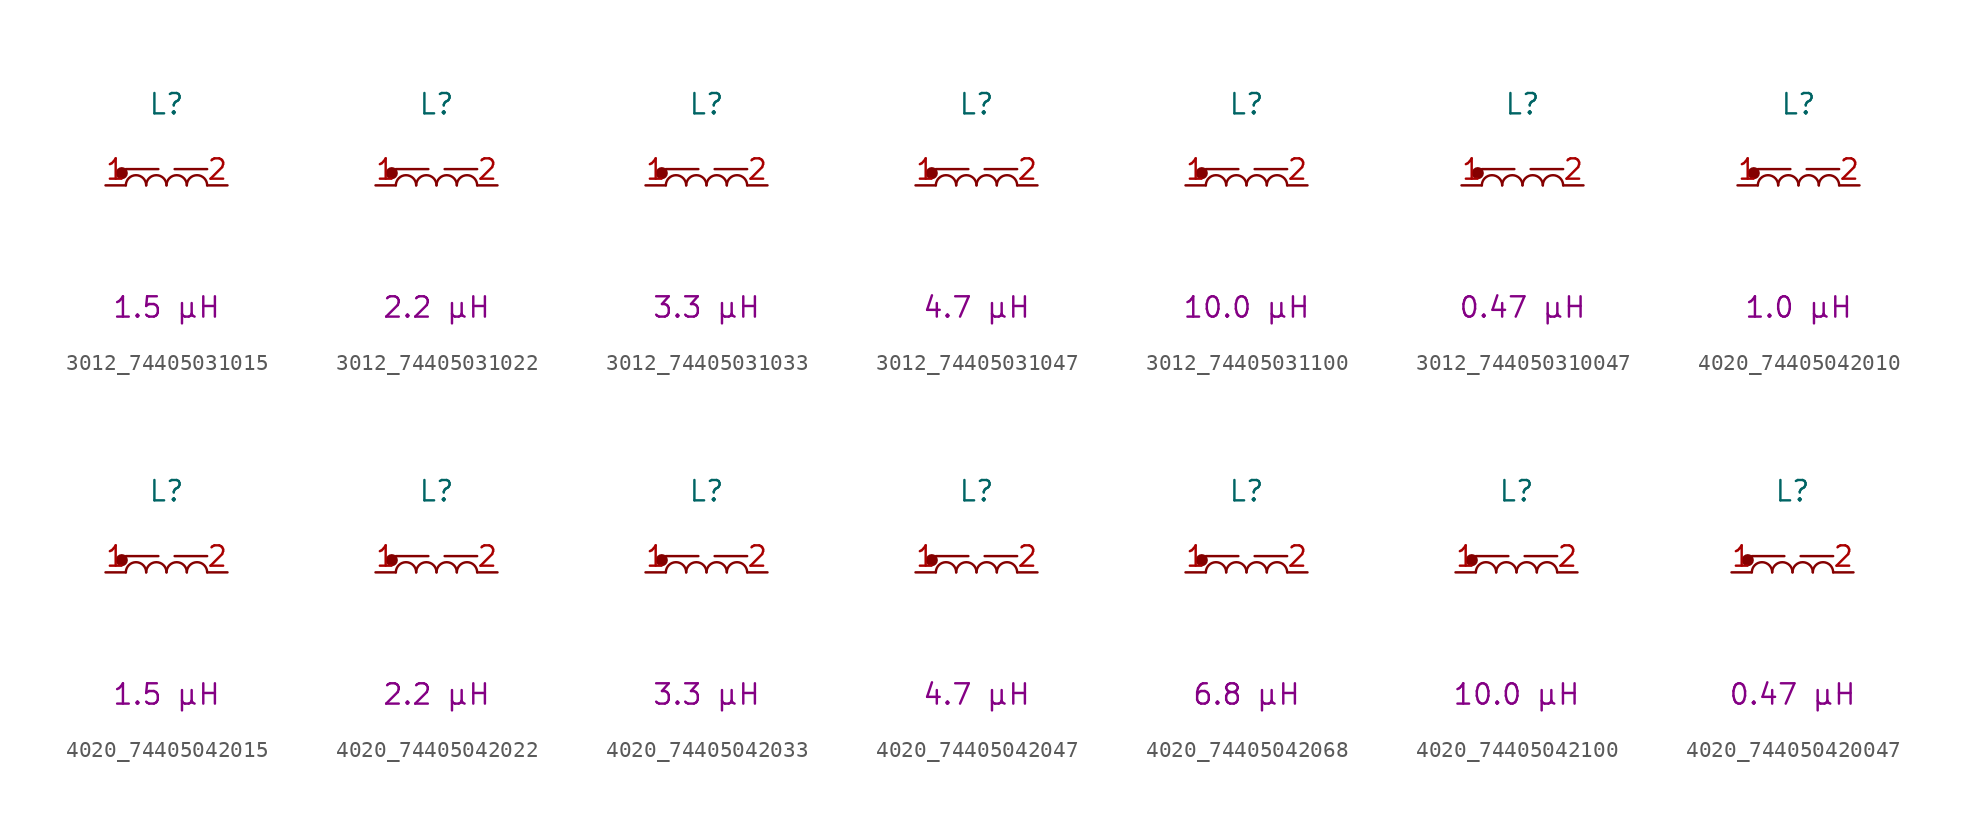
<source format=kicad_sym>
(kicad_symbol_lib
  (version 20220914)
  (generator kicad_symbol_editor)
  (symbol "3012_74405031015"
    (pin_names hide)
    (property "Reference" "L"
      (at 0 5.08 0)
      (effects (font (size 1.27 1.27))))
    (property "Critical Parameter" "1.5 µH"
      (at 0 -7.62 0)
      (effects (font (size 1.27 1.27))))
    (symbol "3012_74405031015_0_1"
      (arc (start -1.27 0) (mid -1.905 0.6323) (end -2.54 0) (stroke (width 0) (type default)) (fill (type none)))
      (arc (start 0 0) (mid -0.635 0.6323) (end -1.27 0) (stroke (width 0) (type default)) (fill (type none)))
      (polyline (pts (xy -2.54 1.016) (xy -0.508 1.016)) (stroke (width 0) (type default)) (fill (type none)))
      (arc (start 1.27 0) (mid 0.635 0.6323) (end 0 0) (stroke (width 0) (type default)) (fill (type none)))
      (arc (start 2.54 0) (mid 1.905 0.6323) (end 1.27 0) (stroke (width 0) (type default)) (fill (type none))))
    (symbol "3012_74405031015_1_1"
      (circle (center -2.794 0.762) (radius 0.0001) (stroke (width 0.381) (type default)) (fill (type none)))
      (polyline (pts (xy 2.54 1.016) (xy 0.508 1.016)) (stroke (width 0) (type default)) (fill (type none)))
      (pin passive line (at -3.81 0 0) (length 1.27) (name "1" (effects (font (size 1.27 1.27)))) (number "1" (effects (font (size 1.27 1.27)))))
      (pin passive line (at 3.81 0 180) (length 1.27) (name "2" (effects (font (size 1.27 1.27)))) (number "2" (effects (font (size 1.27 1.27)))))))
  (symbol "3012_74405031022"
    (pin_names hide)
    (property "Reference" "L"
      (at 0 5.08 0)
      (effects (font (size 1.27 1.27))))
    (property "Critical Parameter" "2.2 µH"
      (at 0 -7.62 0)
      (effects (font (size 1.27 1.27))))
    (symbol "3012_74405031022_0_1"
      (arc (start -1.27 0) (mid -1.905 0.6323) (end -2.54 0) (stroke (width 0) (type default)) (fill (type none)))
      (arc (start 0 0) (mid -0.635 0.6323) (end -1.27 0) (stroke (width 0) (type default)) (fill (type none)))
      (polyline (pts (xy -2.54 1.016) (xy -0.508 1.016)) (stroke (width 0) (type default)) (fill (type none)))
      (arc (start 1.27 0) (mid 0.635 0.6323) (end 0 0) (stroke (width 0) (type default)) (fill (type none)))
      (arc (start 2.54 0) (mid 1.905 0.6323) (end 1.27 0) (stroke (width 0) (type default)) (fill (type none))))
    (symbol "3012_74405031022_1_1"
      (circle (center -2.794 0.762) (radius 0.0001) (stroke (width 0.381) (type default)) (fill (type none)))
      (polyline (pts (xy 2.54 1.016) (xy 0.508 1.016)) (stroke (width 0) (type default)) (fill (type none)))
      (pin passive line (at -3.81 0 0) (length 1.27) (name "1" (effects (font (size 1.27 1.27)))) (number "1" (effects (font (size 1.27 1.27)))))
      (pin passive line (at 3.81 0 180) (length 1.27) (name "2" (effects (font (size 1.27 1.27)))) (number "2" (effects (font (size 1.27 1.27)))))))
  (symbol "3012_74405031033"
    (pin_names hide)
    (property "Reference" "L"
      (at 0 5.08 0)
      (effects (font (size 1.27 1.27))))
    (property "Critical Parameter" "3.3 µH"
      (at 0 -7.62 0)
      (effects (font (size 1.27 1.27))))
    (symbol "3012_74405031033_0_1"
      (arc (start -1.27 0) (mid -1.905 0.6323) (end -2.54 0) (stroke (width 0) (type default)) (fill (type none)))
      (arc (start 0 0) (mid -0.635 0.6323) (end -1.27 0) (stroke (width 0) (type default)) (fill (type none)))
      (polyline (pts (xy -2.54 1.016) (xy -0.508 1.016)) (stroke (width 0) (type default)) (fill (type none)))
      (arc (start 1.27 0) (mid 0.635 0.6323) (end 0 0) (stroke (width 0) (type default)) (fill (type none)))
      (arc (start 2.54 0) (mid 1.905 0.6323) (end 1.27 0) (stroke (width 0) (type default)) (fill (type none))))
    (symbol "3012_74405031033_1_1"
      (circle (center -2.794 0.762) (radius 0.0001) (stroke (width 0.381) (type default)) (fill (type none)))
      (polyline (pts (xy 2.54 1.016) (xy 0.508 1.016)) (stroke (width 0) (type default)) (fill (type none)))
      (pin passive line (at -3.81 0 0) (length 1.27) (name "1" (effects (font (size 1.27 1.27)))) (number "1" (effects (font (size 1.27 1.27)))))
      (pin passive line (at 3.81 0 180) (length 1.27) (name "2" (effects (font (size 1.27 1.27)))) (number "2" (effects (font (size 1.27 1.27)))))))
  (symbol "3012_74405031047"
    (pin_names hide)
    (property "Reference" "L"
      (at 0 5.08 0)
      (effects (font (size 1.27 1.27))))
    (property "Critical Parameter" "4.7 µH"
      (at 0 -7.62 0)
      (effects (font (size 1.27 1.27))))
    (symbol "3012_74405031047_0_1"
      (arc (start -1.27 0) (mid -1.905 0.6323) (end -2.54 0) (stroke (width 0) (type default)) (fill (type none)))
      (arc (start 0 0) (mid -0.635 0.6323) (end -1.27 0) (stroke (width 0) (type default)) (fill (type none)))
      (polyline (pts (xy -2.54 1.016) (xy -0.508 1.016)) (stroke (width 0) (type default)) (fill (type none)))
      (arc (start 1.27 0) (mid 0.635 0.6323) (end 0 0) (stroke (width 0) (type default)) (fill (type none)))
      (arc (start 2.54 0) (mid 1.905 0.6323) (end 1.27 0) (stroke (width 0) (type default)) (fill (type none))))
    (symbol "3012_74405031047_1_1"
      (circle (center -2.794 0.762) (radius 0.0001) (stroke (width 0.381) (type default)) (fill (type none)))
      (polyline (pts (xy 2.54 1.016) (xy 0.508 1.016)) (stroke (width 0) (type default)) (fill (type none)))
      (pin passive line (at -3.81 0 0) (length 1.27) (name "1" (effects (font (size 1.27 1.27)))) (number "1" (effects (font (size 1.27 1.27)))))
      (pin passive line (at 3.81 0 180) (length 1.27) (name "2" (effects (font (size 1.27 1.27)))) (number "2" (effects (font (size 1.27 1.27)))))))
  (symbol "3012_74405031100"
    (pin_names hide)
    (property "Reference" "L"
      (at 0 5.08 0)
      (effects (font (size 1.27 1.27))))
    (property "Critical Parameter" "10.0 µH"
      (at 0 -7.62 0)
      (effects (font (size 1.27 1.27))))
    (symbol "3012_74405031100_0_1"
      (arc (start -1.27 0) (mid -1.905 0.6323) (end -2.54 0) (stroke (width 0) (type default)) (fill (type none)))
      (arc (start 0 0) (mid -0.635 0.6323) (end -1.27 0) (stroke (width 0) (type default)) (fill (type none)))
      (polyline (pts (xy -2.54 1.016) (xy -0.508 1.016)) (stroke (width 0) (type default)) (fill (type none)))
      (arc (start 1.27 0) (mid 0.635 0.6323) (end 0 0) (stroke (width 0) (type default)) (fill (type none)))
      (arc (start 2.54 0) (mid 1.905 0.6323) (end 1.27 0) (stroke (width 0) (type default)) (fill (type none))))
    (symbol "3012_74405031100_1_1"
      (circle (center -2.794 0.762) (radius 0.0001) (stroke (width 0.381) (type default)) (fill (type none)))
      (polyline (pts (xy 2.54 1.016) (xy 0.508 1.016)) (stroke (width 0) (type default)) (fill (type none)))
      (pin passive line (at -3.81 0 0) (length 1.27) (name "1" (effects (font (size 1.27 1.27)))) (number "1" (effects (font (size 1.27 1.27)))))
      (pin passive line (at 3.81 0 180) (length 1.27) (name "2" (effects (font (size 1.27 1.27)))) (number "2" (effects (font (size 1.27 1.27)))))))
  (symbol "3012_744050310047"
    (pin_names hide)
    (property "Reference" "L"
      (at 0 5.08 0)
      (effects (font (size 1.27 1.27))))
    (property "Critical Parameter" "0.47 µH"
      (at 0 -7.62 0)
      (effects (font (size 1.27 1.27))))
    (symbol "3012_744050310047_0_1"
      (arc (start -1.27 0) (mid -1.905 0.6323) (end -2.54 0) (stroke (width 0) (type default)) (fill (type none)))
      (arc (start 0 0) (mid -0.635 0.6323) (end -1.27 0) (stroke (width 0) (type default)) (fill (type none)))
      (polyline (pts (xy -2.54 1.016) (xy -0.508 1.016)) (stroke (width 0) (type default)) (fill (type none)))
      (arc (start 1.27 0) (mid 0.635 0.6323) (end 0 0) (stroke (width 0) (type default)) (fill (type none)))
      (arc (start 2.54 0) (mid 1.905 0.6323) (end 1.27 0) (stroke (width 0) (type default)) (fill (type none))))
    (symbol "3012_744050310047_1_1"
      (circle (center -2.794 0.762) (radius 0.0001) (stroke (width 0.381) (type default)) (fill (type none)))
      (polyline (pts (xy 2.54 1.016) (xy 0.508 1.016)) (stroke (width 0) (type default)) (fill (type none)))
      (pin passive line (at -3.81 0 0) (length 1.27) (name "1" (effects (font (size 1.27 1.27)))) (number "1" (effects (font (size 1.27 1.27)))))
      (pin passive line (at 3.81 0 180) (length 1.27) (name "2" (effects (font (size 1.27 1.27)))) (number "2" (effects (font (size 1.27 1.27)))))))
  (symbol "4020_74405042010"
    (pin_names hide)
    (property "Reference" "L"
      (at 0 5.08 0)
      (effects (font (size 1.27 1.27))))
    (property "Critical Parameter" "1.0 µH"
      (at 0 -7.62 0)
      (effects (font (size 1.27 1.27))))
    (symbol "4020_74405042010_0_1"
      (arc (start -1.27 0) (mid -1.905 0.6323) (end -2.54 0) (stroke (width 0) (type default)) (fill (type none)))
      (arc (start 0 0) (mid -0.635 0.6323) (end -1.27 0) (stroke (width 0) (type default)) (fill (type none)))
      (polyline (pts (xy -2.54 1.016) (xy -0.508 1.016)) (stroke (width 0) (type default)) (fill (type none)))
      (arc (start 1.27 0) (mid 0.635 0.6323) (end 0 0) (stroke (width 0) (type default)) (fill (type none)))
      (arc (start 2.54 0) (mid 1.905 0.6323) (end 1.27 0) (stroke (width 0) (type default)) (fill (type none))))
    (symbol "4020_74405042010_1_1"
      (circle (center -2.794 0.762) (radius 0.0001) (stroke (width 0.381) (type default)) (fill (type none)))
      (polyline (pts (xy 2.54 1.016) (xy 0.508 1.016)) (stroke (width 0) (type default)) (fill (type none)))
      (pin passive line (at -3.81 0 0) (length 1.27) (name "1" (effects (font (size 1.27 1.27)))) (number "1" (effects (font (size 1.27 1.27)))))
      (pin passive line (at 3.81 0 180) (length 1.27) (name "2" (effects (font (size 1.27 1.27)))) (number "2" (effects (font (size 1.27 1.27)))))))
  (symbol "4020_74405042015"
    (pin_names hide)
    (property "Reference" "L"
      (at 0 5.08 0)
      (effects (font (size 1.27 1.27))))
    (property "Critical Parameter" "1.5 µH"
      (at 0 -7.62 0)
      (effects (font (size 1.27 1.27))))
    (symbol "4020_74405042015_0_1"
      (arc (start -1.27 0) (mid -1.905 0.6323) (end -2.54 0) (stroke (width 0) (type default)) (fill (type none)))
      (arc (start 0 0) (mid -0.635 0.6323) (end -1.27 0) (stroke (width 0) (type default)) (fill (type none)))
      (polyline (pts (xy -2.54 1.016) (xy -0.508 1.016)) (stroke (width 0) (type default)) (fill (type none)))
      (arc (start 1.27 0) (mid 0.635 0.6323) (end 0 0) (stroke (width 0) (type default)) (fill (type none)))
      (arc (start 2.54 0) (mid 1.905 0.6323) (end 1.27 0) (stroke (width 0) (type default)) (fill (type none))))
    (symbol "4020_74405042015_1_1"
      (circle (center -2.794 0.762) (radius 0.0001) (stroke (width 0.381) (type default)) (fill (type none)))
      (polyline (pts (xy 2.54 1.016) (xy 0.508 1.016)) (stroke (width 0) (type default)) (fill (type none)))
      (pin passive line (at -3.81 0 0) (length 1.27) (name "1" (effects (font (size 1.27 1.27)))) (number "1" (effects (font (size 1.27 1.27)))))
      (pin passive line (at 3.81 0 180) (length 1.27) (name "2" (effects (font (size 1.27 1.27)))) (number "2" (effects (font (size 1.27 1.27)))))))
  (symbol "4020_74405042022"
    (pin_names hide)
    (property "Reference" "L"
      (at 0 5.08 0)
      (effects (font (size 1.27 1.27))))
    (property "Critical Parameter" "2.2 µH"
      (at 0 -7.62 0)
      (effects (font (size 1.27 1.27))))
    (symbol "4020_74405042022_0_1"
      (arc (start -1.27 0) (mid -1.905 0.6323) (end -2.54 0) (stroke (width 0) (type default)) (fill (type none)))
      (arc (start 0 0) (mid -0.635 0.6323) (end -1.27 0) (stroke (width 0) (type default)) (fill (type none)))
      (polyline (pts (xy -2.54 1.016) (xy -0.508 1.016)) (stroke (width 0) (type default)) (fill (type none)))
      (arc (start 1.27 0) (mid 0.635 0.6323) (end 0 0) (stroke (width 0) (type default)) (fill (type none)))
      (arc (start 2.54 0) (mid 1.905 0.6323) (end 1.27 0) (stroke (width 0) (type default)) (fill (type none))))
    (symbol "4020_74405042022_1_1"
      (circle (center -2.794 0.762) (radius 0.0001) (stroke (width 0.381) (type default)) (fill (type none)))
      (polyline (pts (xy 2.54 1.016) (xy 0.508 1.016)) (stroke (width 0) (type default)) (fill (type none)))
      (pin passive line (at -3.81 0 0) (length 1.27) (name "1" (effects (font (size 1.27 1.27)))) (number "1" (effects (font (size 1.27 1.27)))))
      (pin passive line (at 3.81 0 180) (length 1.27) (name "2" (effects (font (size 1.27 1.27)))) (number "2" (effects (font (size 1.27 1.27)))))))
  (symbol "4020_74405042033"
    (pin_names hide)
    (property "Reference" "L"
      (at 0 5.08 0)
      (effects (font (size 1.27 1.27))))
    (property "Critical Parameter" "3.3 µH"
      (at 0 -7.62 0)
      (effects (font (size 1.27 1.27))))
    (symbol "4020_74405042033_0_1"
      (arc (start -1.27 0) (mid -1.905 0.6323) (end -2.54 0) (stroke (width 0) (type default)) (fill (type none)))
      (arc (start 0 0) (mid -0.635 0.6323) (end -1.27 0) (stroke (width 0) (type default)) (fill (type none)))
      (polyline (pts (xy -2.54 1.016) (xy -0.508 1.016)) (stroke (width 0) (type default)) (fill (type none)))
      (arc (start 1.27 0) (mid 0.635 0.6323) (end 0 0) (stroke (width 0) (type default)) (fill (type none)))
      (arc (start 2.54 0) (mid 1.905 0.6323) (end 1.27 0) (stroke (width 0) (type default)) (fill (type none))))
    (symbol "4020_74405042033_1_1"
      (circle (center -2.794 0.762) (radius 0.0001) (stroke (width 0.381) (type default)) (fill (type none)))
      (polyline (pts (xy 2.54 1.016) (xy 0.508 1.016)) (stroke (width 0) (type default)) (fill (type none)))
      (pin passive line (at -3.81 0 0) (length 1.27) (name "1" (effects (font (size 1.27 1.27)))) (number "1" (effects (font (size 1.27 1.27)))))
      (pin passive line (at 3.81 0 180) (length 1.27) (name "2" (effects (font (size 1.27 1.27)))) (number "2" (effects (font (size 1.27 1.27)))))))
  (symbol "4020_74405042047"
    (pin_names hide)
    (property "Reference" "L"
      (at 0 5.08 0)
      (effects (font (size 1.27 1.27))))
    (property "Critical Parameter" "4.7 µH"
      (at 0 -7.62 0)
      (effects (font (size 1.27 1.27))))
    (symbol "4020_74405042047_0_1"
      (arc (start -1.27 0) (mid -1.905 0.6323) (end -2.54 0) (stroke (width 0) (type default)) (fill (type none)))
      (arc (start 0 0) (mid -0.635 0.6323) (end -1.27 0) (stroke (width 0) (type default)) (fill (type none)))
      (polyline (pts (xy -2.54 1.016) (xy -0.508 1.016)) (stroke (width 0) (type default)) (fill (type none)))
      (arc (start 1.27 0) (mid 0.635 0.6323) (end 0 0) (stroke (width 0) (type default)) (fill (type none)))
      (arc (start 2.54 0) (mid 1.905 0.6323) (end 1.27 0) (stroke (width 0) (type default)) (fill (type none))))
    (symbol "4020_74405042047_1_1"
      (circle (center -2.794 0.762) (radius 0.0001) (stroke (width 0.381) (type default)) (fill (type none)))
      (polyline (pts (xy 2.54 1.016) (xy 0.508 1.016)) (stroke (width 0) (type default)) (fill (type none)))
      (pin passive line (at -3.81 0 0) (length 1.27) (name "1" (effects (font (size 1.27 1.27)))) (number "1" (effects (font (size 1.27 1.27)))))
      (pin passive line (at 3.81 0 180) (length 1.27) (name "2" (effects (font (size 1.27 1.27)))) (number "2" (effects (font (size 1.27 1.27)))))))
  (symbol "4020_74405042068"
    (pin_names hide)
    (property "Reference" "L"
      (at 0 5.08 0)
      (effects (font (size 1.27 1.27))))
    (property "Critical Parameter" "6.8 µH"
      (at 0 -7.62 0)
      (effects (font (size 1.27 1.27))))
    (symbol "4020_74405042068_0_1"
      (arc (start -1.27 0) (mid -1.905 0.6323) (end -2.54 0) (stroke (width 0) (type default)) (fill (type none)))
      (arc (start 0 0) (mid -0.635 0.6323) (end -1.27 0) (stroke (width 0) (type default)) (fill (type none)))
      (polyline (pts (xy -2.54 1.016) (xy -0.508 1.016)) (stroke (width 0) (type default)) (fill (type none)))
      (arc (start 1.27 0) (mid 0.635 0.6323) (end 0 0) (stroke (width 0) (type default)) (fill (type none)))
      (arc (start 2.54 0) (mid 1.905 0.6323) (end 1.27 0) (stroke (width 0) (type default)) (fill (type none))))
    (symbol "4020_74405042068_1_1"
      (circle (center -2.794 0.762) (radius 0.0001) (stroke (width 0.381) (type default)) (fill (type none)))
      (polyline (pts (xy 2.54 1.016) (xy 0.508 1.016)) (stroke (width 0) (type default)) (fill (type none)))
      (pin passive line (at -3.81 0 0) (length 1.27) (name "1" (effects (font (size 1.27 1.27)))) (number "1" (effects (font (size 1.27 1.27)))))
      (pin passive line (at 3.81 0 180) (length 1.27) (name "2" (effects (font (size 1.27 1.27)))) (number "2" (effects (font (size 1.27 1.27)))))))
  (symbol "4020_74405042100"
    (pin_names hide)
    (property "Reference" "L"
      (at 0 5.08 0)
      (effects (font (size 1.27 1.27))))
    (property "Critical Parameter" "10.0 µH"
      (at 0 -7.62 0)
      (effects (font (size 1.27 1.27))))
    (symbol "4020_74405042100_0_1"
      (arc (start -1.27 0) (mid -1.905 0.6323) (end -2.54 0) (stroke (width 0) (type default)) (fill (type none)))
      (arc (start 0 0) (mid -0.635 0.6323) (end -1.27 0) (stroke (width 0) (type default)) (fill (type none)))
      (polyline (pts (xy -2.54 1.016) (xy -0.508 1.016)) (stroke (width 0) (type default)) (fill (type none)))
      (arc (start 1.27 0) (mid 0.635 0.6323) (end 0 0) (stroke (width 0) (type default)) (fill (type none)))
      (arc (start 2.54 0) (mid 1.905 0.6323) (end 1.27 0) (stroke (width 0) (type default)) (fill (type none))))
    (symbol "4020_74405042100_1_1"
      (circle (center -2.794 0.762) (radius 0.0001) (stroke (width 0.381) (type default)) (fill (type none)))
      (polyline (pts (xy 2.54 1.016) (xy 0.508 1.016)) (stroke (width 0) (type default)) (fill (type none)))
      (pin passive line (at -3.81 0 0) (length 1.27) (name "1" (effects (font (size 1.27 1.27)))) (number "1" (effects (font (size 1.27 1.27)))))
      (pin passive line (at 3.81 0 180) (length 1.27) (name "2" (effects (font (size 1.27 1.27)))) (number "2" (effects (font (size 1.27 1.27)))))))
  (symbol "4020_744050420047"
    (pin_names hide)
    (property "Reference" "L"
      (at 0 5.08 0)
      (effects (font (size 1.27 1.27))))
    (property "Critical Parameter" "0.47 µH"
      (at 0 -7.62 0)
      (effects (font (size 1.27 1.27))))
    (symbol "4020_744050420047_0_1"
      (arc (start -1.27 0) (mid -1.905 0.6323) (end -2.54 0) (stroke (width 0) (type default)) (fill (type none)))
      (arc (start 0 0) (mid -0.635 0.6323) (end -1.27 0) (stroke (width 0) (type default)) (fill (type none)))
      (polyline (pts (xy -2.54 1.016) (xy -0.508 1.016)) (stroke (width 0) (type default)) (fill (type none)))
      (arc (start 1.27 0) (mid 0.635 0.6323) (end 0 0) (stroke (width 0) (type default)) (fill (type none)))
      (arc (start 2.54 0) (mid 1.905 0.6323) (end 1.27 0) (stroke (width 0) (type default)) (fill (type none))))
    (symbol "4020_744050420047_1_1"
      (circle (center -2.794 0.762) (radius 0.0001) (stroke (width 0.381) (type default)) (fill (type none)))
      (polyline (pts (xy 2.54 1.016) (xy 0.508 1.016)) (stroke (width 0) (type default)) (fill (type none)))
      (pin passive line (at -3.81 0 0) (length 1.27) (name "1" (effects (font (size 1.27 1.27)))) (number "1" (effects (font (size 1.27 1.27)))))
      (pin passive line (at 3.81 0 180) (length 1.27) (name "2" (effects (font (size 1.27 1.27)))) (number "2" (effects (font (size 1.27 1.27))))))))
</source>
